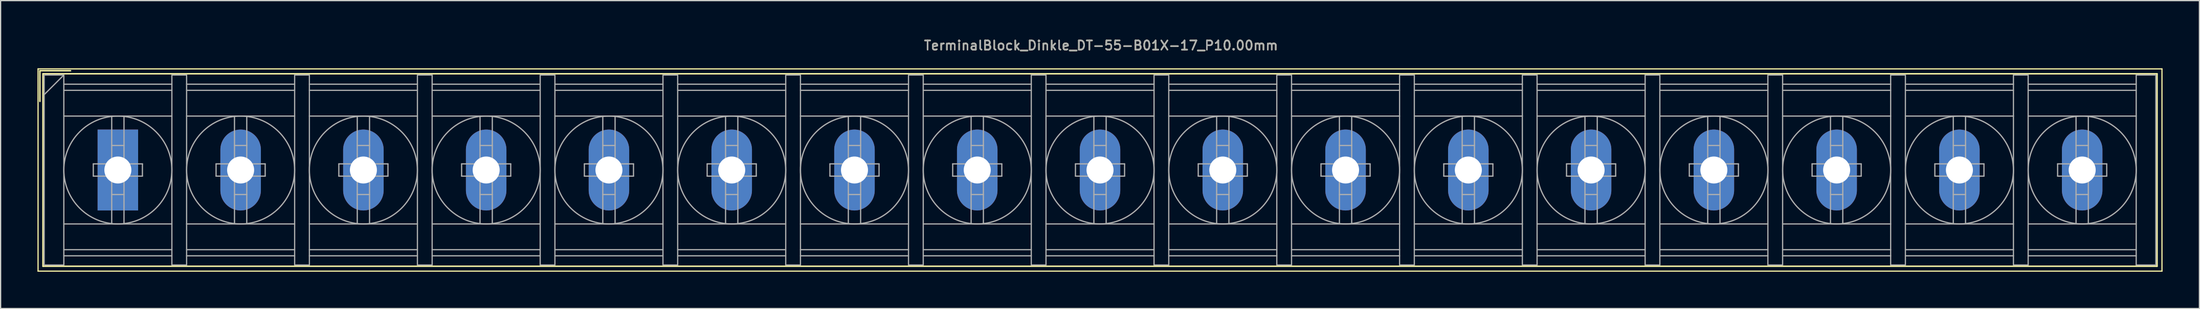
<source format=kicad_pcb>
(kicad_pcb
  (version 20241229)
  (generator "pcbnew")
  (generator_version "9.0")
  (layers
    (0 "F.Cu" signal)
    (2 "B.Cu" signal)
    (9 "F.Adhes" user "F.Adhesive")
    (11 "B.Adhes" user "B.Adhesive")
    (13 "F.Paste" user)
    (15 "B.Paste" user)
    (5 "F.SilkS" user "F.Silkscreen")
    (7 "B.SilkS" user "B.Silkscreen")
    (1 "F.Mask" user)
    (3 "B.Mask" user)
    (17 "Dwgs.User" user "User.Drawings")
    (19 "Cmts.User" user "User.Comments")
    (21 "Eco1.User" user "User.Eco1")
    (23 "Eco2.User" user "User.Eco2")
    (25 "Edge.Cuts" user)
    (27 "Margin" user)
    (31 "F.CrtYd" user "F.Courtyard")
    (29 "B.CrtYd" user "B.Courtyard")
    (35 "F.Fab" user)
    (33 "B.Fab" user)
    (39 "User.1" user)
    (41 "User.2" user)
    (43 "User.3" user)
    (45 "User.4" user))
  (footprint "TerminalBlock_Dinkle_DT-55-B01X-17_P10.00mm"
    (layer "F.Cu")
    (at 6.55 10.818)
    (property "Reference" "TerminalBlock_Dinkle_DT-55-B01X-17_P10.00mm" (at 80.08 -10.16 0) (layer "F.SilkS") (effects (font (size 0.75 0.75) (thickness 0.125))))
    (attr through_hole)
    (fp_line (start -6.5 -8.25) (end 166.5 -8.25) (stroke (width 0.1) (type solid)) (layer "F.SilkS"))
    (fp_line (start -6.5 8.25) (end -6.5 -8.25) (stroke (width 0.1) (type solid)) (layer "F.SilkS"))
    (fp_line (start -6.5 8.25) (end 166.5 8.25) (stroke (width 0.1) (type solid)) (layer "F.SilkS"))
    (fp_line (start -6.35 -8.1) (end -3.85 -8.1) (stroke (width 0.12) (type solid)) (layer "F.SilkS"))
    (fp_line (start -6.35 -5.6) (end -6.35 -8.1) (stroke (width 0.12) (type solid)) (layer "F.SilkS"))
    (fp_line (start -6.1 -7.85) (end 166.1 -7.85) (stroke (width 0.12) (type solid)) (layer "F.SilkS"))
    (fp_line (start -6.1 7.85) (end -6.1 -7.85) (stroke (width 0.12) (type solid)) (layer "F.SilkS"))
    (fp_line (start -6.1 7.85) (end 166.1 7.85) (stroke (width 0.12) (type solid)) (layer "F.SilkS"))
    (fp_line (start 166.1 -7.85) (end 166.1 7.85) (stroke (width 0.12) (type solid)) (layer "F.SilkS"))
    (fp_line (start 166.5 -8.25) (end 166.5 8.25) (stroke (width 0.1) (type solid)) (layer "F.SilkS"))
    (fp_line (start -6 -7.75) (end -6 7.75) (stroke (width 0.1) (type solid)) (layer "F.Fab"))
    (fp_line (start -6 -7.75) (end -4.4 -7.75) (stroke (width 0.1) (type solid)) (layer "F.Fab"))
    (fp_line (start -6 7.75) (end -4.4 7.75) (stroke (width 0.1) (type solid)) (layer "F.Fab"))
    (fp_line (start -4.4 -7.75) (end -6 -6.15) (stroke (width 0.1) (type solid)) (layer "F.Fab"))
    (fp_line (start -4.4 -7.75) (end -4.4 7.75) (stroke (width 0.1) (type solid)) (layer "F.Fab"))
    (fp_line (start -4.4 -7) (end 4.4 -7) (stroke (width 0.1) (type solid)) (layer "F.Fab"))
    (fp_line (start -4.4 -6.5) (end 4.4 -6.5) (stroke (width 0.1) (type solid)) (layer "F.Fab"))
    (fp_line (start -4.4 -4.4) (end 4.4 -4.4) (stroke (width 0.1) (type solid)) (layer "F.Fab"))
    (fp_line (start -4.4 4.4) (end 4.4 4.4) (stroke (width 0.1) (type solid)) (layer "F.Fab"))
    (fp_line (start -4.4 6.5) (end 4.4 6.5) (stroke (width 0.1) (type solid)) (layer "F.Fab"))
    (fp_line (start -4.4 7) (end 4.4 7) (stroke (width 0.1) (type solid)) (layer "F.Fab"))
    (fp_line (start -2 -0.5) (end -2 0.5) (stroke (width 0.1) (type solid)) (layer "F.Fab"))
    (fp_line (start -2 0.5) (end -0.5 0.5) (stroke (width 0.1) (type solid)) (layer "F.Fab"))
    (fp_line (start -0.5 -4.35) (end -0.5 -0.5) (stroke (width 0.1) (type solid)) (layer "F.Fab"))
    (fp_line (start -0.5 -2) (end 0.5 -2) (stroke (width 0.1) (type solid)) (layer "F.Fab"))
    (fp_line (start -0.5 -0.5) (end -2 -0.5) (stroke (width 0.1) (type solid)) (layer "F.Fab"))
    (fp_line (start -0.5 0.5) (end -0.5 4.35) (stroke (width 0.1) (type solid)) (layer "F.Fab"))
    (fp_line (start -0.5 2) (end 0.5 2) (stroke (width 0.1) (type solid)) (layer "F.Fab"))
    (fp_line (start 0.5 -4.35) (end 0.5 -0.5) (stroke (width 0.1) (type solid)) (layer "F.Fab"))
    (fp_line (start 0.5 -0.5) (end 2 -0.5) (stroke (width 0.1) (type solid)) (layer "F.Fab"))
    (fp_line (start 0.5 0.5) (end 0.5 4.35) (stroke (width 0.1) (type solid)) (layer "F.Fab"))
    (fp_line (start 2 -0.5) (end 2 0.5) (stroke (width 0.1) (type solid)) (layer "F.Fab"))
    (fp_line (start 2 0.5) (end 0.5 0.5) (stroke (width 0.1) (type solid)) (layer "F.Fab"))
    (fp_line (start 4.4 -7.75) (end 4.4 7.75) (stroke (width 0.1) (type solid)) (layer "F.Fab"))
    (fp_line (start 4.4 -7.75) (end 5.6 -7.75) (stroke (width 0.1) (type solid)) (layer "F.Fab"))
    (fp_line (start 4.4 7.75) (end 5.6 7.75) (stroke (width 0.1) (type solid)) (layer "F.Fab"))
    (fp_line (start 5.6 -7.75) (end 5.6 7.75) (stroke (width 0.1) (type solid)) (layer "F.Fab"))
    (fp_line (start 5.6 -7) (end 14.4 -7) (stroke (width 0.1) (type solid)) (layer "F.Fab"))
    (fp_line (start 5.6 -6.5) (end 14.4 -6.5) (stroke (width 0.1) (type solid)) (layer "F.Fab"))
    (fp_line (start 5.6 -4.4) (end 14.4 -4.4) (stroke (width 0.1) (type solid)) (layer "F.Fab"))
    (fp_line (start 5.6 4.4) (end 14.4 4.4) (stroke (width 0.1) (type solid)) (layer "F.Fab"))
    (fp_line (start 5.6 6.5) (end 14.4 6.5) (stroke (width 0.1) (type solid)) (layer "F.Fab"))
    (fp_line (start 5.6 7) (end 14.4 7) (stroke (width 0.1) (type solid)) (layer "F.Fab"))
    (fp_line (start 8 -0.5) (end 8 0.5) (stroke (width 0.1) (type solid)) (layer "F.Fab"))
    (fp_line (start 8 0.5) (end 9.5 0.5) (stroke (width 0.1) (type solid)) (layer "F.Fab"))
    (fp_line (start 9.5 -4.35) (end 9.5 -0.5) (stroke (width 0.1) (type solid)) (layer "F.Fab"))
    (fp_line (start 9.5 -2) (end 10.5 -2) (stroke (width 0.1) (type solid)) (layer "F.Fab"))
    (fp_line (start 9.5 -0.5) (end 8 -0.5) (stroke (width 0.1) (type solid)) (layer "F.Fab"))
    (fp_line (start 9.5 0.5) (end 9.5 4.35) (stroke (width 0.1) (type solid)) (layer "F.Fab"))
    (fp_line (start 9.5 2) (end 10.5 2) (stroke (width 0.1) (type solid)) (layer "F.Fab"))
    (fp_line (start 10.5 -4.35) (end 10.5 -0.5) (stroke (width 0.1) (type solid)) (layer "F.Fab"))
    (fp_line (start 10.5 -0.5) (end 12 -0.5) (stroke (width 0.1) (type solid)) (layer "F.Fab"))
    (fp_line (start 10.5 0.5) (end 10.5 4.35) (stroke (width 0.1) (type solid)) (layer "F.Fab"))
    (fp_line (start 12 -0.5) (end 12 0.5) (stroke (width 0.1) (type solid)) (layer "F.Fab"))
    (fp_line (start 12 0.5) (end 10.5 0.5) (stroke (width 0.1) (type solid)) (layer "F.Fab"))
    (fp_line (start 14.4 -7.75) (end 14.4 7.75) (stroke (width 0.1) (type solid)) (layer "F.Fab"))
    (fp_line (start 14.4 -7.75) (end 15.6 -7.75) (stroke (width 0.1) (type solid)) (layer "F.Fab"))
    (fp_line (start 14.4 7.75) (end 15.6 7.75) (stroke (width 0.1) (type solid)) (layer "F.Fab"))
    (fp_line (start 15.6 -7.75) (end 15.6 7.75) (stroke (width 0.1) (type solid)) (layer "F.Fab"))
    (fp_line (start 15.6 -7) (end 24.4 -7) (stroke (width 0.1) (type solid)) (layer "F.Fab"))
    (fp_line (start 15.6 -6.5) (end 24.4 -6.5) (stroke (width 0.1) (type solid)) (layer "F.Fab"))
    (fp_line (start 15.6 -4.4) (end 24.4 -4.4) (stroke (width 0.1) (type solid)) (layer "F.Fab"))
    (fp_line (start 15.6 4.4) (end 24.4 4.4) (stroke (width 0.1) (type solid)) (layer "F.Fab"))
    (fp_line (start 15.6 6.5) (end 24.4 6.5) (stroke (width 0.1) (type solid)) (layer "F.Fab"))
    (fp_line (start 15.6 7) (end 24.4 7) (stroke (width 0.1) (type solid)) (layer "F.Fab"))
    (fp_line (start 18 -0.5) (end 18 0.5) (stroke (width 0.1) (type solid)) (layer "F.Fab"))
    (fp_line (start 18 0.5) (end 19.5 0.5) (stroke (width 0.1) (type solid)) (layer "F.Fab"))
    (fp_line (start 19.5 -4.35) (end 19.5 -0.5) (stroke (width 0.1) (type solid)) (layer "F.Fab"))
    (fp_line (start 19.5 -2) (end 20.5 -2) (stroke (width 0.1) (type solid)) (layer "F.Fab"))
    (fp_line (start 19.5 -0.5) (end 18 -0.5) (stroke (width 0.1) (type solid)) (layer "F.Fab"))
    (fp_line (start 19.5 0.5) (end 19.5 4.35) (stroke (width 0.1) (type solid)) (layer "F.Fab"))
    (fp_line (start 19.5 2) (end 20.5 2) (stroke (width 0.1) (type solid)) (layer "F.Fab"))
    (fp_line (start 20.5 -4.35) (end 20.5 -0.5) (stroke (width 0.1) (type solid)) (layer "F.Fab"))
    (fp_line (start 20.5 -0.5) (end 22 -0.5) (stroke (width 0.1) (type solid)) (layer "F.Fab"))
    (fp_line (start 20.5 0.5) (end 20.5 4.35) (stroke (width 0.1) (type solid)) (layer "F.Fab"))
    (fp_line (start 22 -0.5) (end 22 0.5) (stroke (width 0.1) (type solid)) (layer "F.Fab"))
    (fp_line (start 22 0.5) (end 20.5 0.5) (stroke (width 0.1) (type solid)) (layer "F.Fab"))
    (fp_line (start 24.4 -7.75) (end 24.4 7.75) (stroke (width 0.1) (type solid)) (layer "F.Fab"))
    (fp_line (start 24.4 -7.75) (end 25.6 -7.75) (stroke (width 0.1) (type solid)) (layer "F.Fab"))
    (fp_line (start 24.4 7.75) (end 25.6 7.75) (stroke (width 0.1) (type solid)) (layer "F.Fab"))
    (fp_line (start 25.6 -7.75) (end 25.6 7.75) (stroke (width 0.1) (type solid)) (layer "F.Fab"))
    (fp_line (start 25.6 -7) (end 34.4 -7) (stroke (width 0.1) (type solid)) (layer "F.Fab"))
    (fp_line (start 25.6 -6.5) (end 34.4 -6.5) (stroke (width 0.1) (type solid)) (layer "F.Fab"))
    (fp_line (start 25.6 -4.4) (end 34.4 -4.4) (stroke (width 0.1) (type solid)) (layer "F.Fab"))
    (fp_line (start 25.6 4.4) (end 34.4 4.4) (stroke (width 0.1) (type solid)) (layer "F.Fab"))
    (fp_line (start 25.6 6.5) (end 34.4 6.5) (stroke (width 0.1) (type solid)) (layer "F.Fab"))
    (fp_line (start 25.6 7) (end 34.4 7) (stroke (width 0.1) (type solid)) (layer "F.Fab"))
    (fp_line (start 28 -0.5) (end 28 0.5) (stroke (width 0.1) (type solid)) (layer "F.Fab"))
    (fp_line (start 28 0.5) (end 29.5 0.5) (stroke (width 0.1) (type solid)) (layer "F.Fab"))
    (fp_line (start 29.5 -4.35) (end 29.5 -0.5) (stroke (width 0.1) (type solid)) (layer "F.Fab"))
    (fp_line (start 29.5 -2) (end 30.5 -2) (stroke (width 0.1) (type solid)) (layer "F.Fab"))
    (fp_line (start 29.5 -0.5) (end 28 -0.5) (stroke (width 0.1) (type solid)) (layer "F.Fab"))
    (fp_line (start 29.5 0.5) (end 29.5 4.35) (stroke (width 0.1) (type solid)) (layer "F.Fab"))
    (fp_line (start 29.5 2) (end 30.5 2) (stroke (width 0.1) (type solid)) (layer "F.Fab"))
    (fp_line (start 30.5 -4.35) (end 30.5 -0.5) (stroke (width 0.1) (type solid)) (layer "F.Fab"))
    (fp_line (start 30.5 -0.5) (end 32 -0.5) (stroke (width 0.1) (type solid)) (layer "F.Fab"))
    (fp_line (start 30.5 0.5) (end 30.5 4.35) (stroke (width 0.1) (type solid)) (layer "F.Fab"))
    (fp_line (start 32 -0.5) (end 32 0.5) (stroke (width 0.1) (type solid)) (layer "F.Fab"))
    (fp_line (start 32 0.5) (end 30.5 0.5) (stroke (width 0.1) (type solid)) (layer "F.Fab"))
    (fp_line (start 34.4 -7.75) (end 34.4 7.75) (stroke (width 0.1) (type solid)) (layer "F.Fab"))
    (fp_line (start 34.4 -7.75) (end 35.6 -7.75) (stroke (width 0.1) (type solid)) (layer "F.Fab"))
    (fp_line (start 34.4 7.75) (end 35.6 7.75) (stroke (width 0.1) (type solid)) (layer "F.Fab"))
    (fp_line (start 35.6 -7.75) (end 35.6 7.75) (stroke (width 0.1) (type solid)) (layer "F.Fab"))
    (fp_line (start 35.6 -7) (end 44.4 -7) (stroke (width 0.1) (type solid)) (layer "F.Fab"))
    (fp_line (start 35.6 -6.5) (end 44.4 -6.5) (stroke (width 0.1) (type solid)) (layer "F.Fab"))
    (fp_line (start 35.6 -4.4) (end 44.4 -4.4) (stroke (width 0.1) (type solid)) (layer "F.Fab"))
    (fp_line (start 35.6 4.4) (end 44.4 4.4) (stroke (width 0.1) (type solid)) (layer "F.Fab"))
    (fp_line (start 35.6 6.5) (end 44.4 6.5) (stroke (width 0.1) (type solid)) (layer "F.Fab"))
    (fp_line (start 35.6 7) (end 44.4 7) (stroke (width 0.1) (type solid)) (layer "F.Fab"))
    (fp_line (start 38 -0.5) (end 38 0.5) (stroke (width 0.1) (type solid)) (layer "F.Fab"))
    (fp_line (start 38 0.5) (end 39.5 0.5) (stroke (width 0.1) (type solid)) (layer "F.Fab"))
    (fp_line (start 39.5 -4.35) (end 39.5 -0.5) (stroke (width 0.1) (type solid)) (layer "F.Fab"))
    (fp_line (start 39.5 -2) (end 40.5 -2) (stroke (width 0.1) (type solid)) (layer "F.Fab"))
    (fp_line (start 39.5 -0.5) (end 38 -0.5) (stroke (width 0.1) (type solid)) (layer "F.Fab"))
    (fp_line (start 39.5 0.5) (end 39.5 4.35) (stroke (width 0.1) (type solid)) (layer "F.Fab"))
    (fp_line (start 39.5 2) (end 40.5 2) (stroke (width 0.1) (type solid)) (layer "F.Fab"))
    (fp_line (start 40.5 -4.35) (end 40.5 -0.5) (stroke (width 0.1) (type solid)) (layer "F.Fab"))
    (fp_line (start 40.5 -0.5) (end 42 -0.5) (stroke (width 0.1) (type solid)) (layer "F.Fab"))
    (fp_line (start 40.5 0.5) (end 40.5 4.35) (stroke (width 0.1) (type solid)) (layer "F.Fab"))
    (fp_line (start 42 -0.5) (end 42 0.5) (stroke (width 0.1) (type solid)) (layer "F.Fab"))
    (fp_line (start 42 0.5) (end 40.5 0.5) (stroke (width 0.1) (type solid)) (layer "F.Fab"))
    (fp_line (start 44.4 -7.75) (end 44.4 7.75) (stroke (width 0.1) (type solid)) (layer "F.Fab"))
    (fp_line (start 44.4 -7.75) (end 45.6 -7.75) (stroke (width 0.1) (type solid)) (layer "F.Fab"))
    (fp_line (start 44.4 7.75) (end 45.6 7.75) (stroke (width 0.1) (type solid)) (layer "F.Fab"))
    (fp_line (start 45.6 -7.75) (end 45.6 7.75) (stroke (width 0.1) (type solid)) (layer "F.Fab"))
    (fp_line (start 45.6 -7) (end 54.4 -7) (stroke (width 0.1) (type solid)) (layer "F.Fab"))
    (fp_line (start 45.6 -6.5) (end 54.4 -6.5) (stroke (width 0.1) (type solid)) (layer "F.Fab"))
    (fp_line (start 45.6 -4.4) (end 54.4 -4.4) (stroke (width 0.1) (type solid)) (layer "F.Fab"))
    (fp_line (start 45.6 4.4) (end 54.4 4.4) (stroke (width 0.1) (type solid)) (layer "F.Fab"))
    (fp_line (start 45.6 6.5) (end 54.4 6.5) (stroke (width 0.1) (type solid)) (layer "F.Fab"))
    (fp_line (start 45.6 7) (end 54.4 7) (stroke (width 0.1) (type solid)) (layer "F.Fab"))
    (fp_line (start 48 -0.5) (end 48 0.5) (stroke (width 0.1) (type solid)) (layer "F.Fab"))
    (fp_line (start 48 0.5) (end 49.5 0.5) (stroke (width 0.1) (type solid)) (layer "F.Fab"))
    (fp_line (start 49.5 -4.35) (end 49.5 -0.5) (stroke (width 0.1) (type solid)) (layer "F.Fab"))
    (fp_line (start 49.5 -2) (end 50.5 -2) (stroke (width 0.1) (type solid)) (layer "F.Fab"))
    (fp_line (start 49.5 -0.5) (end 48 -0.5) (stroke (width 0.1) (type solid)) (layer "F.Fab"))
    (fp_line (start 49.5 0.5) (end 49.5 4.35) (stroke (width 0.1) (type solid)) (layer "F.Fab"))
    (fp_line (start 49.5 2) (end 50.5 2) (stroke (width 0.1) (type solid)) (layer "F.Fab"))
    (fp_line (start 50.5 -4.35) (end 50.5 -0.5) (stroke (width 0.1) (type solid)) (layer "F.Fab"))
    (fp_line (start 50.5 -0.5) (end 52 -0.5) (stroke (width 0.1) (type solid)) (layer "F.Fab"))
    (fp_line (start 50.5 0.5) (end 50.5 4.35) (stroke (width 0.1) (type solid)) (layer "F.Fab"))
    (fp_line (start 52 -0.5) (end 52 0.5) (stroke (width 0.1) (type solid)) (layer "F.Fab"))
    (fp_line (start 52 0.5) (end 50.5 0.5) (stroke (width 0.1) (type solid)) (layer "F.Fab"))
    (fp_line (start 54.4 -7.75) (end 54.4 7.75) (stroke (width 0.1) (type solid)) (layer "F.Fab"))
    (fp_line (start 54.4 -7.75) (end 55.6 -7.75) (stroke (width 0.1) (type solid)) (layer "F.Fab"))
    (fp_line (start 54.4 7.75) (end 55.6 7.75) (stroke (width 0.1) (type solid)) (layer "F.Fab"))
    (fp_line (start 55.6 -7.75) (end 55.6 7.75) (stroke (width 0.1) (type solid)) (layer "F.Fab"))
    (fp_line (start 55.6 -7) (end 64.4 -7) (stroke (width 0.1) (type solid)) (layer "F.Fab"))
    (fp_line (start 55.6 -6.5) (end 64.4 -6.5) (stroke (width 0.1) (type solid)) (layer "F.Fab"))
    (fp_line (start 55.6 -4.4) (end 64.4 -4.4) (stroke (width 0.1) (type solid)) (layer "F.Fab"))
    (fp_line (start 55.6 4.4) (end 64.4 4.4) (stroke (width 0.1) (type solid)) (layer "F.Fab"))
    (fp_line (start 55.6 6.5) (end 64.4 6.5) (stroke (width 0.1) (type solid)) (layer "F.Fab"))
    (fp_line (start 55.6 7) (end 64.4 7) (stroke (width 0.1) (type solid)) (layer "F.Fab"))
    (fp_line (start 58 -0.5) (end 58 0.5) (stroke (width 0.1) (type solid)) (layer "F.Fab"))
    (fp_line (start 58 0.5) (end 59.5 0.5) (stroke (width 0.1) (type solid)) (layer "F.Fab"))
    (fp_line (start 59.5 -4.35) (end 59.5 -0.5) (stroke (width 0.1) (type solid)) (layer "F.Fab"))
    (fp_line (start 59.5 -2) (end 60.5 -2) (stroke (width 0.1) (type solid)) (layer "F.Fab"))
    (fp_line (start 59.5 -0.5) (end 58 -0.5) (stroke (width 0.1) (type solid)) (layer "F.Fab"))
    (fp_line (start 59.5 0.5) (end 59.5 4.35) (stroke (width 0.1) (type solid)) (layer "F.Fab"))
    (fp_line (start 59.5 2) (end 60.5 2) (stroke (width 0.1) (type solid)) (layer "F.Fab"))
    (fp_line (start 60.5 -4.35) (end 60.5 -0.5) (stroke (width 0.1) (type solid)) (layer "F.Fab"))
    (fp_line (start 60.5 -0.5) (end 62 -0.5) (stroke (width 0.1) (type solid)) (layer "F.Fab"))
    (fp_line (start 60.5 0.5) (end 60.5 4.35) (stroke (width 0.1) (type solid)) (layer "F.Fab"))
    (fp_line (start 62 -0.5) (end 62 0.5) (stroke (width 0.1) (type solid)) (layer "F.Fab"))
    (fp_line (start 62 0.5) (end 60.5 0.5) (stroke (width 0.1) (type solid)) (layer "F.Fab"))
    (fp_line (start 64.4 -7.75) (end 64.4 7.75) (stroke (width 0.1) (type solid)) (layer "F.Fab"))
    (fp_line (start 64.4 -7.75) (end 65.6 -7.75) (stroke (width 0.1) (type solid)) (layer "F.Fab"))
    (fp_line (start 64.4 7.75) (end 65.6 7.75) (stroke (width 0.1) (type solid)) (layer "F.Fab"))
    (fp_line (start 65.6 -7.75) (end 65.6 7.75) (stroke (width 0.1) (type solid)) (layer "F.Fab"))
    (fp_line (start 65.6 -7) (end 74.4 -7) (stroke (width 0.1) (type solid)) (layer "F.Fab"))
    (fp_line (start 65.6 -6.5) (end 74.4 -6.5) (stroke (width 0.1) (type solid)) (layer "F.Fab"))
    (fp_line (start 65.6 -4.4) (end 74.4 -4.4) (stroke (width 0.1) (type solid)) (layer "F.Fab"))
    (fp_line (start 65.6 4.4) (end 74.4 4.4) (stroke (width 0.1) (type solid)) (layer "F.Fab"))
    (fp_line (start 65.6 6.5) (end 74.4 6.5) (stroke (width 0.1) (type solid)) (layer "F.Fab"))
    (fp_line (start 65.6 7) (end 74.4 7) (stroke (width 0.1) (type solid)) (layer "F.Fab"))
    (fp_line (start 68 -0.5) (end 68 0.5) (stroke (width 0.1) (type solid)) (layer "F.Fab"))
    (fp_line (start 68 0.5) (end 69.5 0.5) (stroke (width 0.1) (type solid)) (layer "F.Fab"))
    (fp_line (start 69.5 -4.35) (end 69.5 -0.5) (stroke (width 0.1) (type solid)) (layer "F.Fab"))
    (fp_line (start 69.5 -2) (end 70.5 -2) (stroke (width 0.1) (type solid)) (layer "F.Fab"))
    (fp_line (start 69.5 -0.5) (end 68 -0.5) (stroke (width 0.1) (type solid)) (layer "F.Fab"))
    (fp_line (start 69.5 0.5) (end 69.5 4.35) (stroke (width 0.1) (type solid)) (layer "F.Fab"))
    (fp_line (start 69.5 2) (end 70.5 2) (stroke (width 0.1) (type solid)) (layer "F.Fab"))
    (fp_line (start 70.5 -4.35) (end 70.5 -0.5) (stroke (width 0.1) (type solid)) (layer "F.Fab"))
    (fp_line (start 70.5 -0.5) (end 72 -0.5) (stroke (width 0.1) (type solid)) (layer "F.Fab"))
    (fp_line (start 70.5 0.5) (end 70.5 4.35) (stroke (width 0.1) (type solid)) (layer "F.Fab"))
    (fp_line (start 72 -0.5) (end 72 0.5) (stroke (width 0.1) (type solid)) (layer "F.Fab"))
    (fp_line (start 72 0.5) (end 70.5 0.5) (stroke (width 0.1) (type solid)) (layer "F.Fab"))
    (fp_line (start 74.4 -7.75) (end 74.4 7.75) (stroke (width 0.1) (type solid)) (layer "F.Fab"))
    (fp_line (start 74.4 -7.75) (end 75.6 -7.75) (stroke (width 0.1) (type solid)) (layer "F.Fab"))
    (fp_line (start 74.4 7.75) (end 75.6 7.75) (stroke (width 0.1) (type solid)) (layer "F.Fab"))
    (fp_line (start 75.6 -7.75) (end 75.6 7.75) (stroke (width 0.1) (type solid)) (layer "F.Fab"))
    (fp_line (start 75.6 -7) (end 84.4 -7) (stroke (width 0.1) (type solid)) (layer "F.Fab"))
    (fp_line (start 75.6 -6.5) (end 84.4 -6.5) (stroke (width 0.1) (type solid)) (layer "F.Fab"))
    (fp_line (start 75.6 -4.4) (end 84.4 -4.4) (stroke (width 0.1) (type solid)) (layer "F.Fab"))
    (fp_line (start 75.6 4.4) (end 84.4 4.4) (stroke (width 0.1) (type solid)) (layer "F.Fab"))
    (fp_line (start 75.6 6.5) (end 84.4 6.5) (stroke (width 0.1) (type solid)) (layer "F.Fab"))
    (fp_line (start 75.6 7) (end 84.4 7) (stroke (width 0.1) (type solid)) (layer "F.Fab"))
    (fp_line (start 78 -0.5) (end 78 0.5) (stroke (width 0.1) (type solid)) (layer "F.Fab"))
    (fp_line (start 78 0.5) (end 79.5 0.5) (stroke (width 0.1) (type solid)) (layer "F.Fab"))
    (fp_line (start 79.5 -4.35) (end 79.5 -0.5) (stroke (width 0.1) (type solid)) (layer "F.Fab"))
    (fp_line (start 79.5 -2) (end 80.5 -2) (stroke (width 0.1) (type solid)) (layer "F.Fab"))
    (fp_line (start 79.5 -0.5) (end 78 -0.5) (stroke (width 0.1) (type solid)) (layer "F.Fab"))
    (fp_line (start 79.5 0.5) (end 79.5 4.35) (stroke (width 0.1) (type solid)) (layer "F.Fab"))
    (fp_line (start 79.5 2) (end 80.5 2) (stroke (width 0.1) (type solid)) (layer "F.Fab"))
    (fp_line (start 80.5 -4.35) (end 80.5 -0.5) (stroke (width 0.1) (type solid)) (layer "F.Fab"))
    (fp_line (start 80.5 -0.5) (end 82 -0.5) (stroke (width 0.1) (type solid)) (layer "F.Fab"))
    (fp_line (start 80.5 0.5) (end 80.5 4.35) (stroke (width 0.1) (type solid)) (layer "F.Fab"))
    (fp_line (start 82 -0.5) (end 82 0.5) (stroke (width 0.1) (type solid)) (layer "F.Fab"))
    (fp_line (start 82 0.5) (end 80.5 0.5) (stroke (width 0.1) (type solid)) (layer "F.Fab"))
    (fp_line (start 84.4 -7.75) (end 84.4 7.75) (stroke (width 0.1) (type solid)) (layer "F.Fab"))
    (fp_line (start 84.4 -7.75) (end 85.6 -7.75) (stroke (width 0.1) (type solid)) (layer "F.Fab"))
    (fp_line (start 84.4 7.75) (end 85.6 7.75) (stroke (width 0.1) (type solid)) (layer "F.Fab"))
    (fp_line (start 85.6 -7.75) (end 85.6 7.75) (stroke (width 0.1) (type solid)) (layer "F.Fab"))
    (fp_line (start 85.6 -7) (end 94.4 -7) (stroke (width 0.1) (type solid)) (layer "F.Fab"))
    (fp_line (start 85.6 -6.5) (end 94.4 -6.5) (stroke (width 0.1) (type solid)) (layer "F.Fab"))
    (fp_line (start 85.6 -4.4) (end 94.4 -4.4) (stroke (width 0.1) (type solid)) (layer "F.Fab"))
    (fp_line (start 85.6 4.4) (end 94.4 4.4) (stroke (width 0.1) (type solid)) (layer "F.Fab"))
    (fp_line (start 85.6 6.5) (end 94.4 6.5) (stroke (width 0.1) (type solid)) (layer "F.Fab"))
    (fp_line (start 85.6 7) (end 94.4 7) (stroke (width 0.1) (type solid)) (layer "F.Fab"))
    (fp_line (start 88 -0.5) (end 88 0.5) (stroke (width 0.1) (type solid)) (layer "F.Fab"))
    (fp_line (start 88 0.5) (end 89.5 0.5) (stroke (width 0.1) (type solid)) (layer "F.Fab"))
    (fp_line (start 89.5 -4.35) (end 89.5 -0.5) (stroke (width 0.1) (type solid)) (layer "F.Fab"))
    (fp_line (start 89.5 -2) (end 90.5 -2) (stroke (width 0.1) (type solid)) (layer "F.Fab"))
    (fp_line (start 89.5 -0.5) (end 88 -0.5) (stroke (width 0.1) (type solid)) (layer "F.Fab"))
    (fp_line (start 89.5 0.5) (end 89.5 4.35) (stroke (width 0.1) (type solid)) (layer "F.Fab"))
    (fp_line (start 89.5 2) (end 90.5 2) (stroke (width 0.1) (type solid)) (layer "F.Fab"))
    (fp_line (start 90.5 -4.35) (end 90.5 -0.5) (stroke (width 0.1) (type solid)) (layer "F.Fab"))
    (fp_line (start 90.5 -0.5) (end 92 -0.5) (stroke (width 0.1) (type solid)) (layer "F.Fab"))
    (fp_line (start 90.5 0.5) (end 90.5 4.35) (stroke (width 0.1) (type solid)) (layer "F.Fab"))
    (fp_line (start 92 -0.5) (end 92 0.5) (stroke (width 0.1) (type solid)) (layer "F.Fab"))
    (fp_line (start 92 0.5) (end 90.5 0.5) (stroke (width 0.1) (type solid)) (layer "F.Fab"))
    (fp_line (start 94.4 -7.75) (end 94.4 7.75) (stroke (width 0.1) (type solid)) (layer "F.Fab"))
    (fp_line (start 94.4 -7.75) (end 95.6 -7.75) (stroke (width 0.1) (type solid)) (layer "F.Fab"))
    (fp_line (start 94.4 7.75) (end 95.6 7.75) (stroke (width 0.1) (type solid)) (layer "F.Fab"))
    (fp_line (start 95.6 -7.75) (end 95.6 7.75) (stroke (width 0.1) (type solid)) (layer "F.Fab"))
    (fp_line (start 95.6 -7) (end 104.4 -7) (stroke (width 0.1) (type solid)) (layer "F.Fab"))
    (fp_line (start 95.6 -6.5) (end 104.4 -6.5) (stroke (width 0.1) (type solid)) (layer "F.Fab"))
    (fp_line (start 95.6 -4.4) (end 104.4 -4.4) (stroke (width 0.1) (type solid)) (layer "F.Fab"))
    (fp_line (start 95.6 4.4) (end 104.4 4.4) (stroke (width 0.1) (type solid)) (layer "F.Fab"))
    (fp_line (start 95.6 6.5) (end 104.4 6.5) (stroke (width 0.1) (type solid)) (layer "F.Fab"))
    (fp_line (start 95.6 7) (end 104.4 7) (stroke (width 0.1) (type solid)) (layer "F.Fab"))
    (fp_line (start 98 -0.5) (end 98 0.5) (stroke (width 0.1) (type solid)) (layer "F.Fab"))
    (fp_line (start 98 0.5) (end 99.5 0.5) (stroke (width 0.1) (type solid)) (layer "F.Fab"))
    (fp_line (start 99.5 -4.35) (end 99.5 -0.5) (stroke (width 0.1) (type solid)) (layer "F.Fab"))
    (fp_line (start 99.5 -2) (end 100.5 -2) (stroke (width 0.1) (type solid)) (layer "F.Fab"))
    (fp_line (start 99.5 -0.5) (end 98 -0.5) (stroke (width 0.1) (type solid)) (layer "F.Fab"))
    (fp_line (start 99.5 0.5) (end 99.5 4.35) (stroke (width 0.1) (type solid)) (layer "F.Fab"))
    (fp_line (start 99.5 2) (end 100.5 2) (stroke (width 0.1) (type solid)) (layer "F.Fab"))
    (fp_line (start 100.5 -4.35) (end 100.5 -0.5) (stroke (width 0.1) (type solid)) (layer "F.Fab"))
    (fp_line (start 100.5 -0.5) (end 102 -0.5) (stroke (width 0.1) (type solid)) (layer "F.Fab"))
    (fp_line (start 100.5 0.5) (end 100.5 4.35) (stroke (width 0.1) (type solid)) (layer "F.Fab"))
    (fp_line (start 102 -0.5) (end 102 0.5) (stroke (width 0.1) (type solid)) (layer "F.Fab"))
    (fp_line (start 102 0.5) (end 100.5 0.5) (stroke (width 0.1) (type solid)) (layer "F.Fab"))
    (fp_line (start 104.4 -7.75) (end 104.4 7.75) (stroke (width 0.1) (type solid)) (layer "F.Fab"))
    (fp_line (start 104.4 -7.75) (end 105.6 -7.75) (stroke (width 0.1) (type solid)) (layer "F.Fab"))
    (fp_line (start 104.4 7.75) (end 105.6 7.75) (stroke (width 0.1) (type solid)) (layer "F.Fab"))
    (fp_line (start 105.6 -7.75) (end 105.6 7.75) (stroke (width 0.1) (type solid)) (layer "F.Fab"))
    (fp_line (start 105.6 -7) (end 114.4 -7) (stroke (width 0.1) (type solid)) (layer "F.Fab"))
    (fp_line (start 105.6 -6.5) (end 114.4 -6.5) (stroke (width 0.1) (type solid)) (layer "F.Fab"))
    (fp_line (start 105.6 -4.4) (end 114.4 -4.4) (stroke (width 0.1) (type solid)) (layer "F.Fab"))
    (fp_line (start 105.6 4.4) (end 114.4 4.4) (stroke (width 0.1) (type solid)) (layer "F.Fab"))
    (fp_line (start 105.6 6.5) (end 114.4 6.5) (stroke (width 0.1) (type solid)) (layer "F.Fab"))
    (fp_line (start 105.6 7) (end 114.4 7) (stroke (width 0.1) (type solid)) (layer "F.Fab"))
    (fp_line (start 108 -0.5) (end 108 0.5) (stroke (width 0.1) (type solid)) (layer "F.Fab"))
    (fp_line (start 108 0.5) (end 109.5 0.5) (stroke (width 0.1) (type solid)) (layer "F.Fab"))
    (fp_line (start 109.5 -4.35) (end 109.5 -0.5) (stroke (width 0.1) (type solid)) (layer "F.Fab"))
    (fp_line (start 109.5 -2) (end 110.5 -2) (stroke (width 0.1) (type solid)) (layer "F.Fab"))
    (fp_line (start 109.5 -0.5) (end 108 -0.5) (stroke (width 0.1) (type solid)) (layer "F.Fab"))
    (fp_line (start 109.5 0.5) (end 109.5 4.35) (stroke (width 0.1) (type solid)) (layer "F.Fab"))
    (fp_line (start 109.5 2) (end 110.5 2) (stroke (width 0.1) (type solid)) (layer "F.Fab"))
    (fp_line (start 110.5 -4.35) (end 110.5 -0.5) (stroke (width 0.1) (type solid)) (layer "F.Fab"))
    (fp_line (start 110.5 -0.5) (end 112 -0.5) (stroke (width 0.1) (type solid)) (layer "F.Fab"))
    (fp_line (start 110.5 0.5) (end 110.5 4.35) (stroke (width 0.1) (type solid)) (layer "F.Fab"))
    (fp_line (start 112 -0.5) (end 112 0.5) (stroke (width 0.1) (type solid)) (layer "F.Fab"))
    (fp_line (start 112 0.5) (end 110.5 0.5) (stroke (width 0.1) (type solid)) (layer "F.Fab"))
    (fp_line (start 114.4 -7.75) (end 114.4 7.75) (stroke (width 0.1) (type solid)) (layer "F.Fab"))
    (fp_line (start 114.4 -7.75) (end 115.6 -7.75) (stroke (width 0.1) (type solid)) (layer "F.Fab"))
    (fp_line (start 114.4 7.75) (end 115.6 7.75) (stroke (width 0.1) (type solid)) (layer "F.Fab"))
    (fp_line (start 115.6 -7.75) (end 115.6 7.75) (stroke (width 0.1) (type solid)) (layer "F.Fab"))
    (fp_line (start 115.6 -7) (end 124.4 -7) (stroke (width 0.1) (type solid)) (layer "F.Fab"))
    (fp_line (start 115.6 -6.5) (end 124.4 -6.5) (stroke (width 0.1) (type solid)) (layer "F.Fab"))
    (fp_line (start 115.6 -4.4) (end 124.4 -4.4) (stroke (width 0.1) (type solid)) (layer "F.Fab"))
    (fp_line (start 115.6 4.4) (end 124.4 4.4) (stroke (width 0.1) (type solid)) (layer "F.Fab"))
    (fp_line (start 115.6 6.5) (end 124.4 6.5) (stroke (width 0.1) (type solid)) (layer "F.Fab"))
    (fp_line (start 115.6 7) (end 124.4 7) (stroke (width 0.1) (type solid)) (layer "F.Fab"))
    (fp_line (start 118 -0.5) (end 118 0.5) (stroke (width 0.1) (type solid)) (layer "F.Fab"))
    (fp_line (start 118 0.5) (end 119.5 0.5) (stroke (width 0.1) (type solid)) (layer "F.Fab"))
    (fp_line (start 119.5 -4.35) (end 119.5 -0.5) (stroke (width 0.1) (type solid)) (layer "F.Fab"))
    (fp_line (start 119.5 -2) (end 120.5 -2) (stroke (width 0.1) (type solid)) (layer "F.Fab"))
    (fp_line (start 119.5 -0.5) (end 118 -0.5) (stroke (width 0.1) (type solid)) (layer "F.Fab"))
    (fp_line (start 119.5 0.5) (end 119.5 4.35) (stroke (width 0.1) (type solid)) (layer "F.Fab"))
    (fp_line (start 119.5 2) (end 120.5 2) (stroke (width 0.1) (type solid)) (layer "F.Fab"))
    (fp_line (start 120.5 -4.35) (end 120.5 -0.5) (stroke (width 0.1) (type solid)) (layer "F.Fab"))
    (fp_line (start 120.5 -0.5) (end 122 -0.5) (stroke (width 0.1) (type solid)) (layer "F.Fab"))
    (fp_line (start 120.5 0.5) (end 120.5 4.35) (stroke (width 0.1) (type solid)) (layer "F.Fab"))
    (fp_line (start 122 -0.5) (end 122 0.5) (stroke (width 0.1) (type solid)) (layer "F.Fab"))
    (fp_line (start 122 0.5) (end 120.5 0.5) (stroke (width 0.1) (type solid)) (layer "F.Fab"))
    (fp_line (start 124.4 -7.75) (end 124.4 7.75) (stroke (width 0.1) (type solid)) (layer "F.Fab"))
    (fp_line (start 124.4 -7.75) (end 125.6 -7.75) (stroke (width 0.1) (type solid)) (layer "F.Fab"))
    (fp_line (start 124.4 7.75) (end 125.6 7.75) (stroke (width 0.1) (type solid)) (layer "F.Fab"))
    (fp_line (start 125.6 -7.75) (end 125.6 7.75) (stroke (width 0.1) (type solid)) (layer "F.Fab"))
    (fp_line (start 125.6 -7) (end 134.4 -7) (stroke (width 0.1) (type solid)) (layer "F.Fab"))
    (fp_line (start 125.6 -6.5) (end 134.4 -6.5) (stroke (width 0.1) (type solid)) (layer "F.Fab"))
    (fp_line (start 125.6 -4.4) (end 134.4 -4.4) (stroke (width 0.1) (type solid)) (layer "F.Fab"))
    (fp_line (start 125.6 4.4) (end 134.4 4.4) (stroke (width 0.1) (type solid)) (layer "F.Fab"))
    (fp_line (start 125.6 6.5) (end 134.4 6.5) (stroke (width 0.1) (type solid)) (layer "F.Fab"))
    (fp_line (start 125.6 7) (end 134.4 7) (stroke (width 0.1) (type solid)) (layer "F.Fab"))
    (fp_line (start 128 -0.5) (end 128 0.5) (stroke (width 0.1) (type solid)) (layer "F.Fab"))
    (fp_line (start 128 0.5) (end 129.5 0.5) (stroke (width 0.1) (type solid)) (layer "F.Fab"))
    (fp_line (start 129.5 -4.35) (end 129.5 -0.5) (stroke (width 0.1) (type solid)) (layer "F.Fab"))
    (fp_line (start 129.5 -2) (end 130.5 -2) (stroke (width 0.1) (type solid)) (layer "F.Fab"))
    (fp_line (start 129.5 -0.5) (end 128 -0.5) (stroke (width 0.1) (type solid)) (layer "F.Fab"))
    (fp_line (start 129.5 0.5) (end 129.5 4.35) (stroke (width 0.1) (type solid)) (layer "F.Fab"))
    (fp_line (start 129.5 2) (end 130.5 2) (stroke (width 0.1) (type solid)) (layer "F.Fab"))
    (fp_line (start 130.5 -4.35) (end 130.5 -0.5) (stroke (width 0.1) (type solid)) (layer "F.Fab"))
    (fp_line (start 130.5 -0.5) (end 132 -0.5) (stroke (width 0.1) (type solid)) (layer "F.Fab"))
    (fp_line (start 130.5 0.5) (end 130.5 4.35) (stroke (width 0.1) (type solid)) (layer "F.Fab"))
    (fp_line (start 132 -0.5) (end 132 0.5) (stroke (width 0.1) (type solid)) (layer "F.Fab"))
    (fp_line (start 132 0.5) (end 130.5 0.5) (stroke (width 0.1) (type solid)) (layer "F.Fab"))
    (fp_line (start 134.4 -7.75) (end 134.4 7.75) (stroke (width 0.1) (type solid)) (layer "F.Fab"))
    (fp_line (start 134.4 -7.75) (end 135.6 -7.75) (stroke (width 0.1) (type solid)) (layer "F.Fab"))
    (fp_line (start 134.4 7.75) (end 135.6 7.75) (stroke (width 0.1) (type solid)) (layer "F.Fab"))
    (fp_line (start 135.6 -7.75) (end 135.6 7.75) (stroke (width 0.1) (type solid)) (layer "F.Fab"))
    (fp_line (start 135.6 -7) (end 144.4 -7) (stroke (width 0.1) (type solid)) (layer "F.Fab"))
    (fp_line (start 135.6 -6.5) (end 144.4 -6.5) (stroke (width 0.1) (type solid)) (layer "F.Fab"))
    (fp_line (start 135.6 -4.4) (end 144.4 -4.4) (stroke (width 0.1) (type solid)) (layer "F.Fab"))
    (fp_line (start 135.6 4.4) (end 144.4 4.4) (stroke (width 0.1) (type solid)) (layer "F.Fab"))
    (fp_line (start 135.6 6.5) (end 144.4 6.5) (stroke (width 0.1) (type solid)) (layer "F.Fab"))
    (fp_line (start 135.6 7) (end 144.4 7) (stroke (width 0.1) (type solid)) (layer "F.Fab"))
    (fp_line (start 138 -0.5) (end 138 0.5) (stroke (width 0.1) (type solid)) (layer "F.Fab"))
    (fp_line (start 138 0.5) (end 139.5 0.5) (stroke (width 0.1) (type solid)) (layer "F.Fab"))
    (fp_line (start 139.5 -4.35) (end 139.5 -0.5) (stroke (width 0.1) (type solid)) (layer "F.Fab"))
    (fp_line (start 139.5 -2) (end 140.5 -2) (stroke (width 0.1) (type solid)) (layer "F.Fab"))
    (fp_line (start 139.5 -0.5) (end 138 -0.5) (stroke (width 0.1) (type solid)) (layer "F.Fab"))
    (fp_line (start 139.5 0.5) (end 139.5 4.35) (stroke (width 0.1) (type solid)) (layer "F.Fab"))
    (fp_line (start 139.5 2) (end 140.5 2) (stroke (width 0.1) (type solid)) (layer "F.Fab"))
    (fp_line (start 140.5 -4.35) (end 140.5 -0.5) (stroke (width 0.1) (type solid)) (layer "F.Fab"))
    (fp_line (start 140.5 -0.5) (end 142 -0.5) (stroke (width 0.1) (type solid)) (layer "F.Fab"))
    (fp_line (start 140.5 0.5) (end 140.5 4.35) (stroke (width 0.1) (type solid)) (layer "F.Fab"))
    (fp_line (start 142 -0.5) (end 142 0.5) (stroke (width 0.1) (type solid)) (layer "F.Fab"))
    (fp_line (start 142 0.5) (end 140.5 0.5) (stroke (width 0.1) (type solid)) (layer "F.Fab"))
    (fp_line (start 144.4 -7.75) (end 144.4 7.75) (stroke (width 0.1) (type solid)) (layer "F.Fab"))
    (fp_line (start 144.4 -7.75) (end 145.6 -7.75) (stroke (width 0.1) (type solid)) (layer "F.Fab"))
    (fp_line (start 144.4 7.75) (end 145.6 7.75) (stroke (width 0.1) (type solid)) (layer "F.Fab"))
    (fp_line (start 145.6 -7.75) (end 145.6 7.75) (stroke (width 0.1) (type solid)) (layer "F.Fab"))
    (fp_line (start 145.6 -7) (end 154.4 -7) (stroke (width 0.1) (type solid)) (layer "F.Fab"))
    (fp_line (start 145.6 -6.5) (end 154.4 -6.5) (stroke (width 0.1) (type solid)) (layer "F.Fab"))
    (fp_line (start 145.6 -4.4) (end 154.4 -4.4) (stroke (width 0.1) (type solid)) (layer "F.Fab"))
    (fp_line (start 145.6 4.4) (end 154.4 4.4) (stroke (width 0.1) (type solid)) (layer "F.Fab"))
    (fp_line (start 145.6 6.5) (end 154.4 6.5) (stroke (width 0.1) (type solid)) (layer "F.Fab"))
    (fp_line (start 145.6 7) (end 154.4 7) (stroke (width 0.1) (type solid)) (layer "F.Fab"))
    (fp_line (start 148 -0.5) (end 148 0.5) (stroke (width 0.1) (type solid)) (layer "F.Fab"))
    (fp_line (start 148 0.5) (end 149.5 0.5) (stroke (width 0.1) (type solid)) (layer "F.Fab"))
    (fp_line (start 149.5 -4.35) (end 149.5 -0.5) (stroke (width 0.1) (type solid)) (layer "F.Fab"))
    (fp_line (start 149.5 -2) (end 150.5 -2) (stroke (width 0.1) (type solid)) (layer "F.Fab"))
    (fp_line (start 149.5 -0.5) (end 148 -0.5) (stroke (width 0.1) (type solid)) (layer "F.Fab"))
    (fp_line (start 149.5 0.5) (end 149.5 4.35) (stroke (width 0.1) (type solid)) (layer "F.Fab"))
    (fp_line (start 149.5 2) (end 150.5 2) (stroke (width 0.1) (type solid)) (layer "F.Fab"))
    (fp_line (start 150.5 -4.35) (end 150.5 -0.5) (stroke (width 0.1) (type solid)) (layer "F.Fab"))
    (fp_line (start 150.5 -0.5) (end 152 -0.5) (stroke (width 0.1) (type solid)) (layer "F.Fab"))
    (fp_line (start 150.5 0.5) (end 150.5 4.35) (stroke (width 0.1) (type solid)) (layer "F.Fab"))
    (fp_line (start 152 -0.5) (end 152 0.5) (stroke (width 0.1) (type solid)) (layer "F.Fab"))
    (fp_line (start 152 0.5) (end 150.5 0.5) (stroke (width 0.1) (type solid)) (layer "F.Fab"))
    (fp_line (start 154.4 -7.75) (end 154.4 7.75) (stroke (width 0.1) (type solid)) (layer "F.Fab"))
    (fp_line (start 154.4 -7.75) (end 155.6 -7.75) (stroke (width 0.1) (type solid)) (layer "F.Fab"))
    (fp_line (start 154.4 7.75) (end 155.6 7.75) (stroke (width 0.1) (type solid)) (layer "F.Fab"))
    (fp_line (start 155.6 -7.75) (end 155.6 7.75) (stroke (width 0.1) (type solid)) (layer "F.Fab"))
    (fp_line (start 155.6 -7) (end 164.4 -7) (stroke (width 0.1) (type solid)) (layer "F.Fab"))
    (fp_line (start 155.6 -6.5) (end 164.4 -6.5) (stroke (width 0.1) (type solid)) (layer "F.Fab"))
    (fp_line (start 155.6 -4.4) (end 164.4 -4.4) (stroke (width 0.1) (type solid)) (layer "F.Fab"))
    (fp_line (start 155.6 4.4) (end 164.4 4.4) (stroke (width 0.1) (type solid)) (layer "F.Fab"))
    (fp_line (start 155.6 6.5) (end 164.4 6.5) (stroke (width 0.1) (type solid)) (layer "F.Fab"))
    (fp_line (start 155.6 7) (end 164.4 7) (stroke (width 0.1) (type solid)) (layer "F.Fab"))
    (fp_line (start 158 -0.5) (end 158 0.5) (stroke (width 0.1) (type solid)) (layer "F.Fab"))
    (fp_line (start 158 0.5) (end 159.5 0.5) (stroke (width 0.1) (type solid)) (layer "F.Fab"))
    (fp_line (start 159.5 -4.35) (end 159.5 -0.5) (stroke (width 0.1) (type solid)) (layer "F.Fab"))
    (fp_line (start 159.5 -2) (end 160.5 -2) (stroke (width 0.1) (type solid)) (layer "F.Fab"))
    (fp_line (start 159.5 -0.5) (end 158 -0.5) (stroke (width 0.1) (type solid)) (layer "F.Fab"))
    (fp_line (start 159.5 0.5) (end 159.5 4.35) (stroke (width 0.1) (type solid)) (layer "F.Fab"))
    (fp_line (start 159.5 2) (end 160.5 2) (stroke (width 0.1) (type solid)) (layer "F.Fab"))
    (fp_line (start 160.5 -4.35) (end 160.5 -0.5) (stroke (width 0.1) (type solid)) (layer "F.Fab"))
    (fp_line (start 160.5 -0.5) (end 162 -0.5) (stroke (width 0.1) (type solid)) (layer "F.Fab"))
    (fp_line (start 160.5 0.5) (end 160.5 4.35) (stroke (width 0.1) (type solid)) (layer "F.Fab"))
    (fp_line (start 162 -0.5) (end 162 0.5) (stroke (width 0.1) (type solid)) (layer "F.Fab"))
    (fp_line (start 162 0.5) (end 160.5 0.5) (stroke (width 0.1) (type solid)) (layer "F.Fab"))
    (fp_line (start 164.4 -7.75) (end 164.4 7.75) (stroke (width 0.1) (type solid)) (layer "F.Fab"))
    (fp_line (start 164.4 -7.75) (end 166 -7.75) (stroke (width 0.1) (type solid)) (layer "F.Fab"))
    (fp_line (start 164.4 7.75) (end 166 7.75) (stroke (width 0.1) (type solid)) (layer "F.Fab"))
    (fp_line (start 166 -7.75) (end 166 7.75) (stroke (width 0.1) (type solid)) (layer "F.Fab"))
    (fp_circle (center 0 0) (end 0.5 0.5) (stroke (width 0.1) (type solid)) (fill no) (layer "F.Fab"))
    (fp_circle (center 0 0) (end 4.4 0) (stroke (width 0.1) (type solid)) (fill no) (layer "F.Fab"))
    (fp_circle (center 10 0) (end 10.5 0.5) (stroke (width 0.1) (type solid)) (fill no) (layer "F.Fab"))
    (fp_circle (center 10 0) (end 14.4 0) (stroke (width 0.1) (type solid)) (fill no) (layer "F.Fab"))
    (fp_circle (center 20 0) (end 20.5 0.5) (stroke (width 0.1) (type solid)) (fill no) (layer "F.Fab"))
    (fp_circle (center 20 0) (end 24.4 0) (stroke (width 0.1) (type solid)) (fill no) (layer "F.Fab"))
    (fp_circle (center 30 0) (end 30.5 0.5) (stroke (width 0.1) (type solid)) (fill no) (layer "F.Fab"))
    (fp_circle (center 30 0) (end 34.4 0) (stroke (width 0.1) (type solid)) (fill no) (layer "F.Fab"))
    (fp_circle (center 40 0) (end 40.5 0.5) (stroke (width 0.1) (type solid)) (fill no) (layer "F.Fab"))
    (fp_circle (center 40 0) (end 44.4 0) (stroke (width 0.1) (type solid)) (fill no) (layer "F.Fab"))
    (fp_circle (center 50 0) (end 50.5 0.5) (stroke (width 0.1) (type solid)) (fill no) (layer "F.Fab"))
    (fp_circle (center 50 0) (end 54.4 0) (stroke (width 0.1) (type solid)) (fill no) (layer "F.Fab"))
    (fp_circle (center 60 0) (end 60.5 0.5) (stroke (width 0.1) (type solid)) (fill no) (layer "F.Fab"))
    (fp_circle (center 60 0) (end 64.4 0) (stroke (width 0.1) (type solid)) (fill no) (layer "F.Fab"))
    (fp_circle (center 70 0) (end 70.5 0.5) (stroke (width 0.1) (type solid)) (fill no) (layer "F.Fab"))
    (fp_circle (center 70 0) (end 74.4 0) (stroke (width 0.1) (type solid)) (fill no) (layer "F.Fab"))
    (fp_circle (center 80 0) (end 80.5 0.5) (stroke (width 0.1) (type solid)) (fill no) (layer "F.Fab"))
    (fp_circle (center 80 0) (end 84.4 0) (stroke (width 0.1) (type solid)) (fill no) (layer "F.Fab"))
    (fp_circle (center 90 0) (end 90.5 0.5) (stroke (width 0.1) (type solid)) (fill no) (layer "F.Fab"))
    (fp_circle (center 90 0) (end 94.4 0) (stroke (width 0.1) (type solid)) (fill no) (layer "F.Fab"))
    (fp_circle (center 100 0) (end 100.5 0.5) (stroke (width 0.1) (type solid)) (fill no) (layer "F.Fab"))
    (fp_circle (center 100 0) (end 104.4 0) (stroke (width 0.1) (type solid)) (fill no) (layer "F.Fab"))
    (fp_circle (center 110 0) (end 110.5 0.5) (stroke (width 0.1) (type solid)) (fill no) (layer "F.Fab"))
    (fp_circle (center 110 0) (end 114.4 0) (stroke (width 0.1) (type solid)) (fill no) (layer "F.Fab"))
    (fp_circle (center 120 0) (end 120.5 0.5) (stroke (width 0.1) (type solid)) (fill no) (layer "F.Fab"))
    (fp_circle (center 120 0) (end 124.4 0) (stroke (width 0.1) (type solid)) (fill no) (layer "F.Fab"))
    (fp_circle (center 130 0) (end 130.5 0.5) (stroke (width 0.1) (type solid)) (fill no) (layer "F.Fab"))
    (fp_circle (center 130 0) (end 134.4 0) (stroke (width 0.1) (type solid)) (fill no) (layer "F.Fab"))
    (fp_circle (center 140 0) (end 140.5 0.5) (stroke (width 0.1) (type solid)) (fill no) (layer "F.Fab"))
    (fp_circle (center 140 0) (end 144.4 0) (stroke (width 0.1) (type solid)) (fill no) (layer "F.Fab"))
    (fp_circle (center 150 0) (end 150.5 0.5) (stroke (width 0.1) (type solid)) (fill no) (layer "F.Fab"))
    (fp_circle (center 150 0) (end 154.4 0) (stroke (width 0.1) (type solid)) (fill no) (layer "F.Fab"))
    (fp_circle (center 160 0) (end 160.5 0.5) (stroke (width 0.1) (type solid)) (fill no) (layer "F.Fab"))
    (fp_circle (center 160 0) (end 164.4 0) (stroke (width 0.1) (type solid)) (fill no) (layer "F.Fab"))
    (fp_text user "${REFERENCE}" (at 80.08 -10.16 0) (layer "F.Fab") (effects (font (size 0.75 0.75) (thickness 0.125))))
    (pad "1" thru_hole rect (at 0 0) (size 3.3 6.6) (drill 2.2) (layers "*.Cu" "*.Mask"))
    (pad "2" thru_hole oval (at 10 0) (size 3.3 6.6) (drill 2.2) (layers "*.Cu" "*.Mask"))
    (pad "3" thru_hole oval (at 20 0) (size 3.3 6.6) (drill 2.2) (layers "*.Cu" "*.Mask"))
    (pad "4" thru_hole oval (at 30 0) (size 3.3 6.6) (drill 2.2) (layers "*.Cu" "*.Mask"))
    (pad "5" thru_hole oval (at 40 0) (size 3.3 6.6) (drill 2.2) (layers "*.Cu" "*.Mask"))
    (pad "6" thru_hole oval (at 50 0) (size 3.3 6.6) (drill 2.2) (layers "*.Cu" "*.Mask"))
    (pad "7" thru_hole oval (at 60 0) (size 3.3 6.6) (drill 2.2) (layers "*.Cu" "*.Mask"))
    (pad "8" thru_hole oval (at 70 0) (size 3.3 6.6) (drill 2.2) (layers "*.Cu" "*.Mask"))
    (pad "9" thru_hole oval (at 80 0) (size 3.3 6.6) (drill 2.2) (layers "*.Cu" "*.Mask"))
    (pad "10" thru_hole oval (at 90 0) (size 3.3 6.6) (drill 2.2) (layers "*.Cu" "*.Mask"))
    (pad "11" thru_hole oval (at 100 0) (size 3.3 6.6) (drill 2.2) (layers "*.Cu" "*.Mask"))
    (pad "12" thru_hole oval (at 110 0) (size 3.3 6.6) (drill 2.2) (layers "*.Cu" "*.Mask"))
    (pad "13" thru_hole oval (at 120 0) (size 3.3 6.6) (drill 2.2) (layers "*.Cu" "*.Mask"))
    (pad "14" thru_hole oval (at 130 0) (size 3.3 6.6) (drill 2.2) (layers "*.Cu" "*.Mask"))
    (pad "15" thru_hole oval (at 140 0) (size 3.3 6.6) (drill 2.2) (layers "*.Cu" "*.Mask"))
    (pad "16" thru_hole oval (at 150 0) (size 3.3 6.6) (drill 2.2) (layers "*.Cu" "*.Mask"))
    (pad "17" thru_hole oval (at 160 0) (size 3.3 6.6) (drill 2.2) (layers "*.Cu" "*.Mask")))
  (gr_rect
    (start -3 -3)
    (end 176.1 22.118)
    (stroke (width 0.1) (type default))
    (fill no)
    (layer "Edge.Cuts")))
</source>
